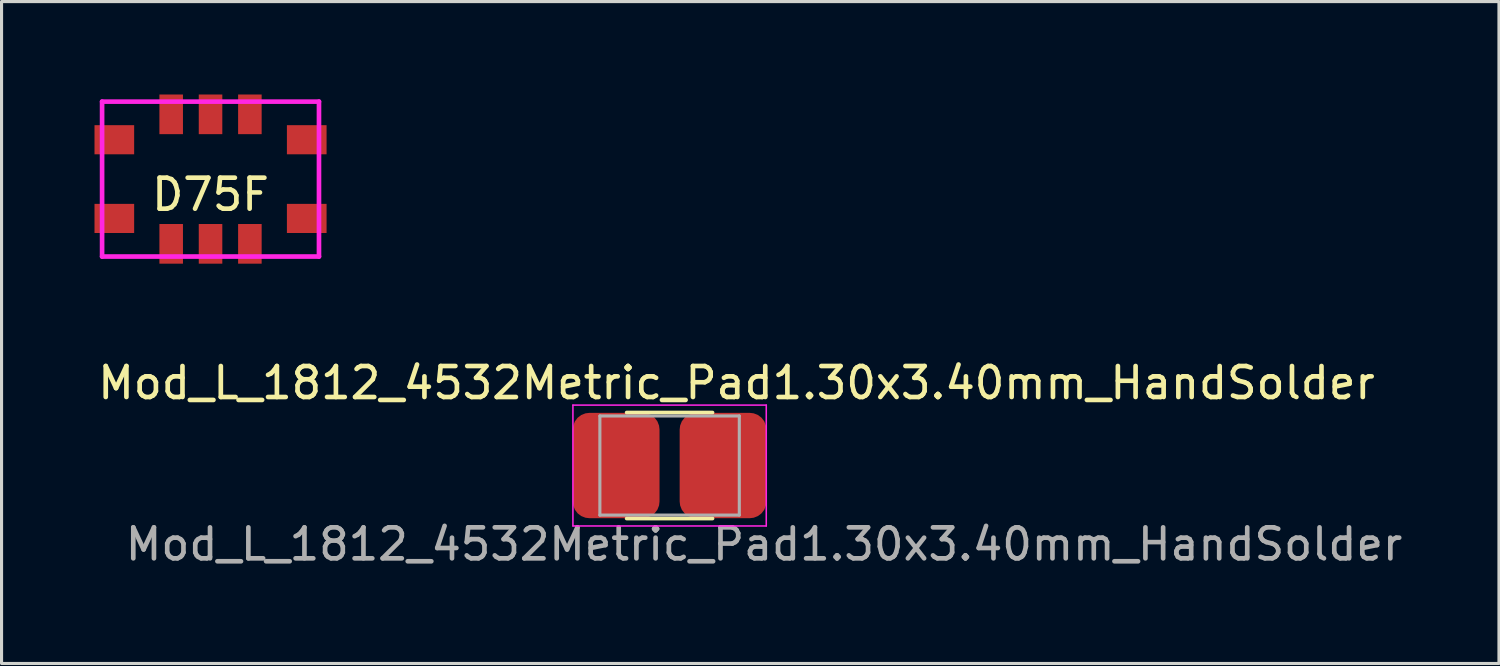
<source format=kicad_pcb>
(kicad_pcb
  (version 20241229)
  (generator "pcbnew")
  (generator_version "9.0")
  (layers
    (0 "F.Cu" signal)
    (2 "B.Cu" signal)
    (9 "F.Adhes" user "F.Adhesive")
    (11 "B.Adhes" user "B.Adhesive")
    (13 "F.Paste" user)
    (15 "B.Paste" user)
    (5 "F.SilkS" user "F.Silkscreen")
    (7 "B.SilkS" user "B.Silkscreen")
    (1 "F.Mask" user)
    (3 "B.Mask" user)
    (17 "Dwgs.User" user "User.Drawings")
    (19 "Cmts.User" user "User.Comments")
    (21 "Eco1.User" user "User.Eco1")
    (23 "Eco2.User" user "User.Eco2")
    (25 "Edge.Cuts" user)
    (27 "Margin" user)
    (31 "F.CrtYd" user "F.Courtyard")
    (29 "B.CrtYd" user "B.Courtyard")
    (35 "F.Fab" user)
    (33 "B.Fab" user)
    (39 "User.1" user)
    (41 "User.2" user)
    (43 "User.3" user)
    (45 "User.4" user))
  (footprint "Mod_L_1812_4532Metric_Pad1.30x3.40mm_HandSolder"
    (layer "F.Cu")
    (at 18.561 11.975)
    (property "Reference" "Mod_L_1812_4532Metric_Pad1.30x3.40mm_HandSolder" (at 2.159 -2.667 0) (layer "F.SilkS") (effects (font (size 1 1) (thickness 0.15))))
    (attr smd)
    (fp_line (start -1.386 -1.71) (end 1.386 -1.71) (stroke (width 0.12) (type solid)) (layer "F.SilkS"))
    (fp_line (start -1.386 1.71) (end 1.386 1.71) (stroke (width 0.12) (type solid)) (layer "F.SilkS"))
    (fp_line (start -3.12 -1.95) (end 3.12 -1.95) (stroke (width 0.05) (type solid)) (layer "F.CrtYd"))
    (fp_line (start -3.12 1.95) (end -3.12 -1.95) (stroke (width 0.05) (type solid)) (layer "F.CrtYd"))
    (fp_line (start 3.12 -1.95) (end 3.12 1.95) (stroke (width 0.05) (type solid)) (layer "F.CrtYd"))
    (fp_line (start 3.12 1.95) (end -3.12 1.95) (stroke (width 0.05) (type solid)) (layer "F.CrtYd"))
    (fp_line (start -2.25 -1.6) (end 2.25 -1.6) (stroke (width 0.1) (type solid)) (layer "F.Fab"))
    (fp_line (start -2.25 1.6) (end -2.25 -1.6) (stroke (width 0.1) (type solid)) (layer "F.Fab"))
    (fp_line (start 2.25 -1.6) (end 2.25 1.6) (stroke (width 0.1) (type solid)) (layer "F.Fab"))
    (fp_line (start 2.25 1.6) (end -2.25 1.6) (stroke (width 0.1) (type solid)) (layer "F.Fab"))
    (fp_text user "${REFERENCE}" (at 3.048 2.54 0) (layer "F.Fab") (effects (font (size 1 1) (thickness 0.15))))
    (pad "1" smd roundrect (at -1.725 0) (size 2.8 3.4) (layers "F.Cu" "F.Mask" "F.Paste") (roundrect_rratio 0.192))
    (pad "2" smd roundrect (at 1.725 0) (size 2.8 3.4) (layers "F.Cu" "F.Mask" "F.Paste") (roundrect_rratio 0.192)))
  (footprint "D75F"
    (layer "F.Cu")
    (at 3.745 2.73)
    (property "Reference" "D75F" (at 0 0.5 0) (layer "F.SilkS") (effects (font (size 1 1) (thickness 0.15))))
    (attr through_hole)
    (fp_line (start -3.5 -2.5) (end 3.5 -2.5) (stroke (width 0.15) (type solid)) (layer "F.CrtYd"))
    (fp_line (start -3.5 2.5) (end -3.5 -2.5) (stroke (width 0.15) (type solid)) (layer "F.CrtYd"))
    (fp_line (start 3.5 -2.5) (end 3.5 2.5) (stroke (width 0.15) (type solid)) (layer "F.CrtYd"))
    (fp_line (start 3.5 2.5) (end -3.5 2.5) (stroke (width 0.15) (type solid)) (layer "F.CrtYd"))
    (pad "1" smd rect (at -1.27 2.09) (size 0.76 1.28) (layers "F.Cu" "F.Mask" "F.Paste"))
    (pad "2" smd rect (at 0 2.09) (size 0.76 1.28) (layers "F.Cu" "F.Mask" "F.Paste"))
    (pad "3" smd rect (at 1.27 2.09) (size 0.76 1.28) (layers "F.Cu" "F.Mask" "F.Paste"))
    (pad "4" smd rect (at 3.105 1.27) (size 1.28 0.94) (layers "F.Cu" "F.Mask" "F.Paste"))
    (pad "5" smd rect (at 3.105 -1.27) (size 1.28 0.94) (layers "F.Cu" "F.Mask" "F.Paste"))
    (pad "6" smd rect (at 1.27 -2.09) (size 0.76 1.28) (layers "F.Cu" "F.Mask" "F.Paste"))
    (pad "7" smd rect (at 0 -2.09) (size 0.76 1.28) (layers "F.Cu" "F.Mask" "F.Paste"))
    (pad "8" smd rect (at -1.27 -2.09) (size 0.76 1.28) (layers "F.Cu" "F.Mask" "F.Paste"))
    (pad "9" smd rect (at -3.105 -1.27) (size 1.28 0.94) (layers "F.Cu" "F.Mask" "F.Paste"))
    (pad "10" smd rect (at -3.105 1.27) (size 1.28 0.94) (layers "F.Cu" "F.Mask" "F.Paste")))
  (gr_rect
    (start -3 -3)
    (end 45.329 18.363)
    (stroke (width 0.1) (type default))
    (fill no)
    (layer "Edge.Cuts")))
</source>
